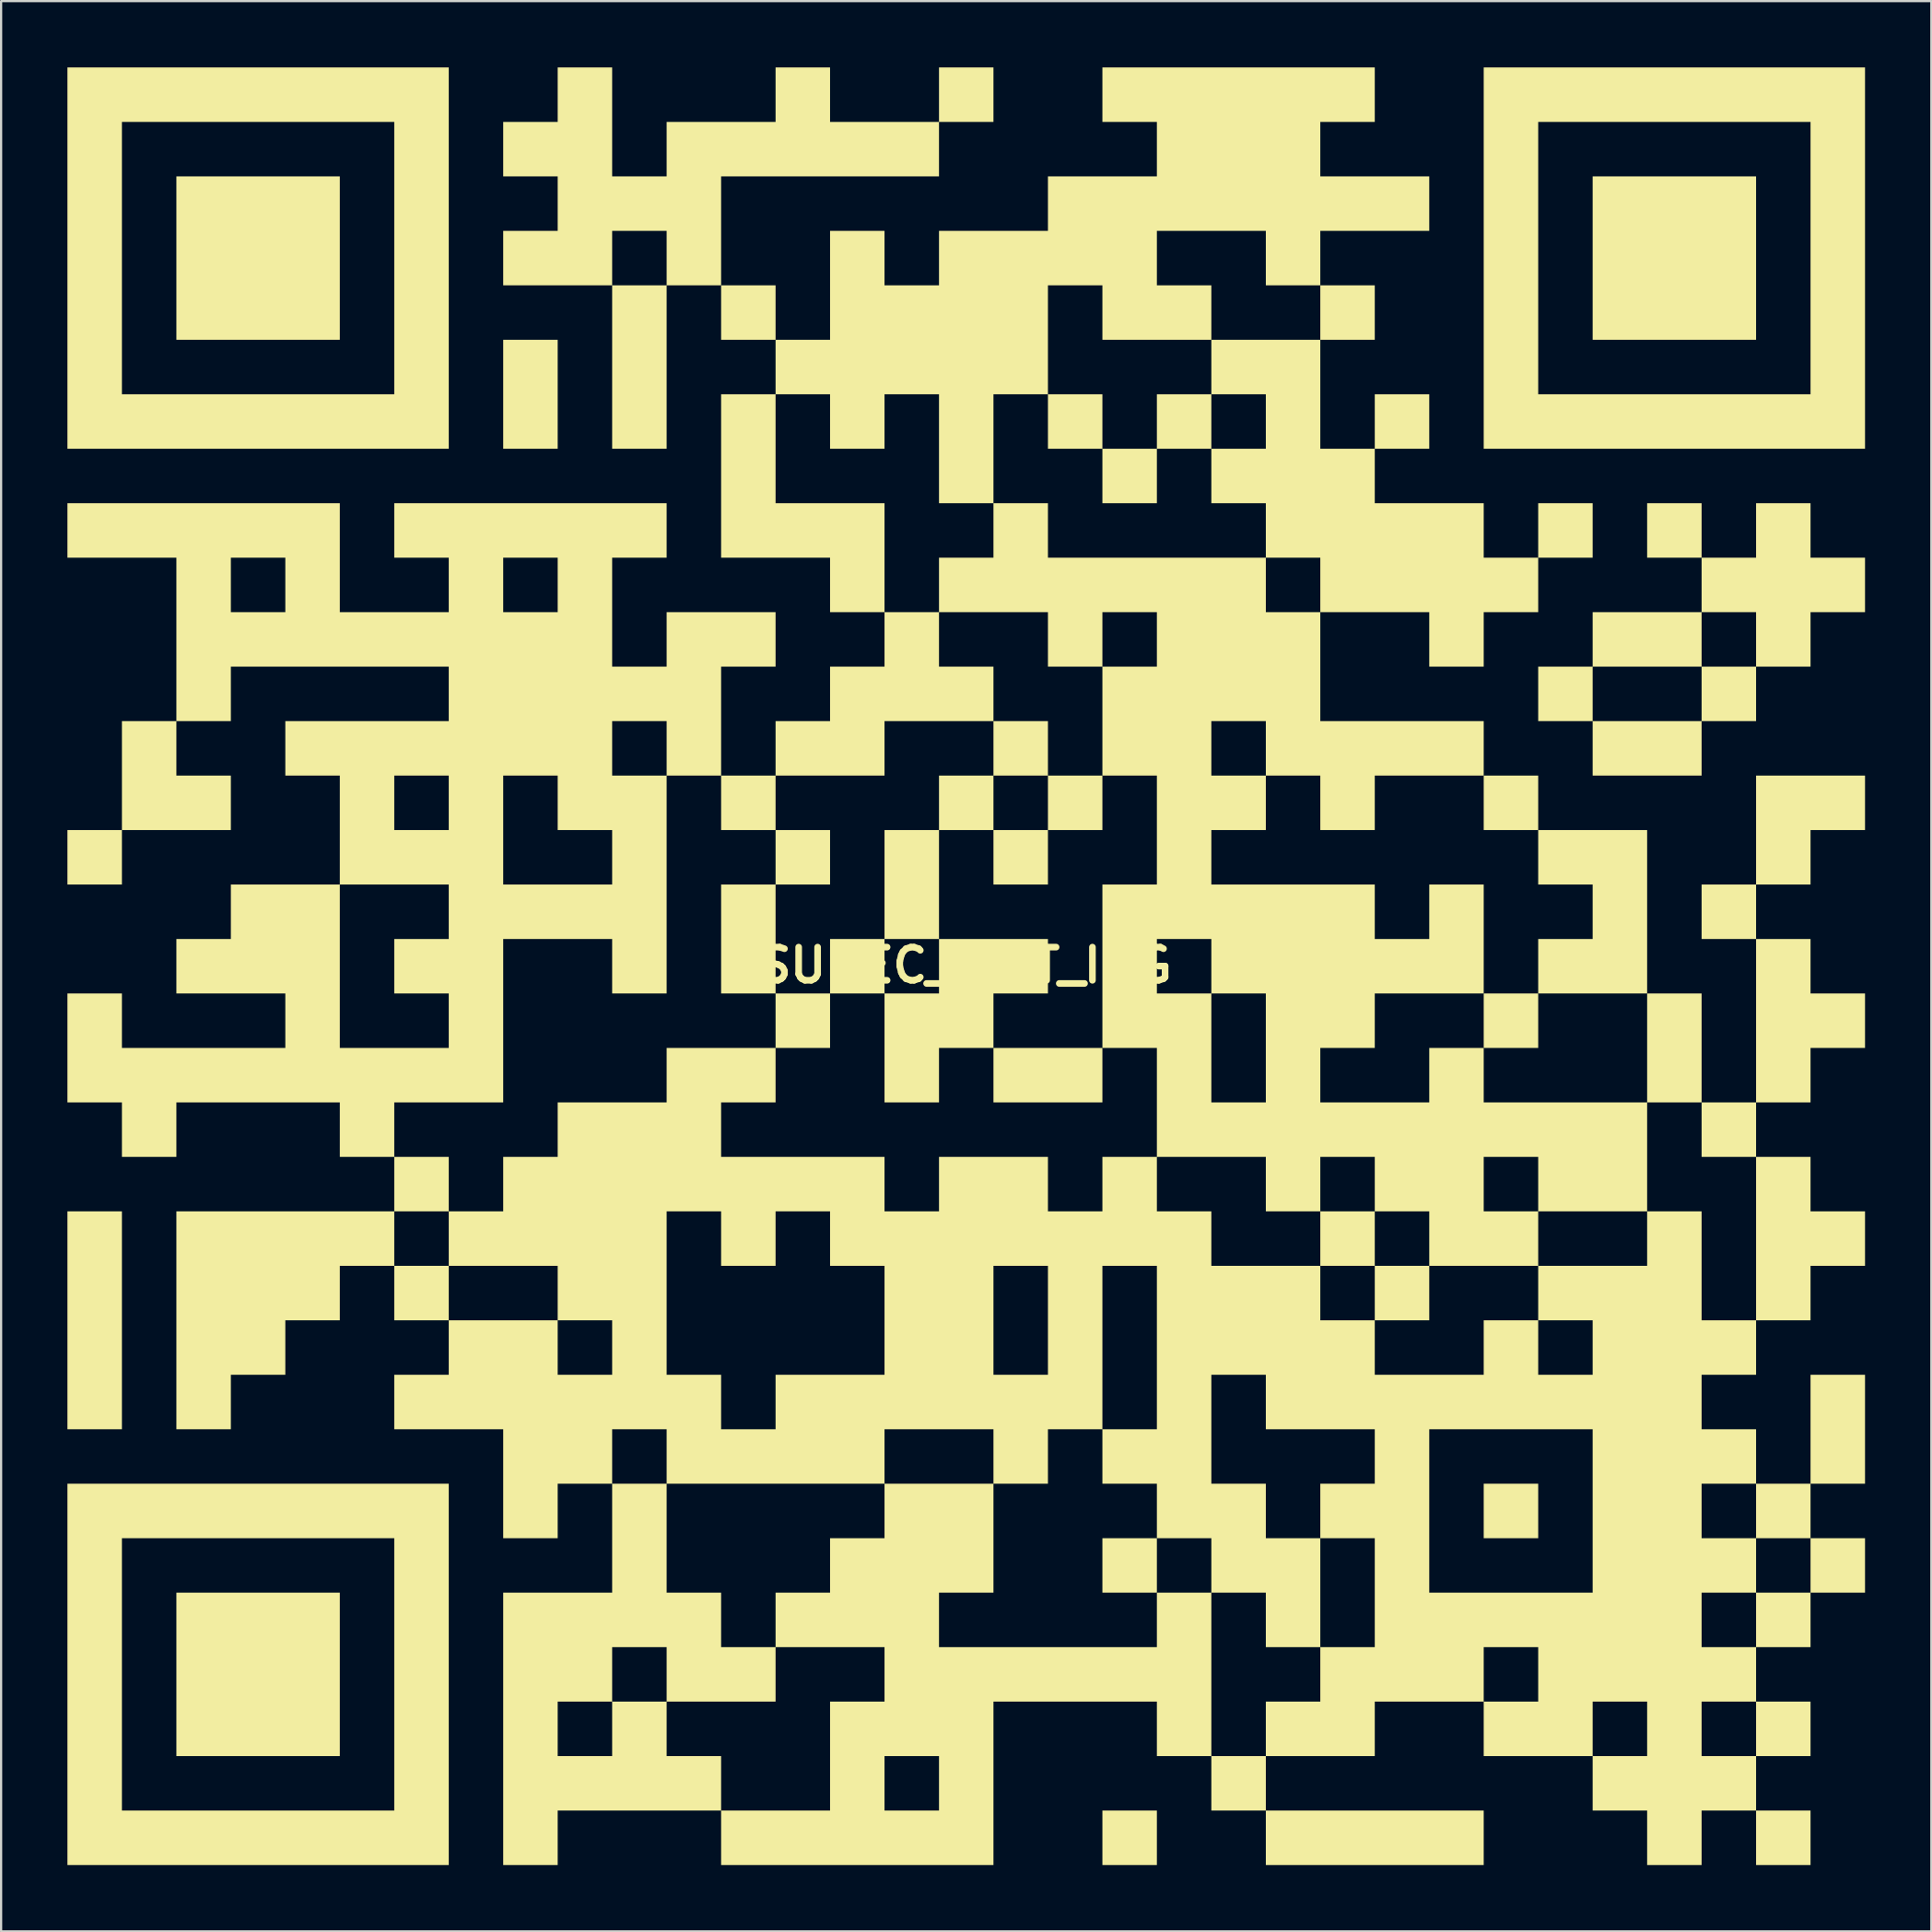
<source format=kicad_pcb>
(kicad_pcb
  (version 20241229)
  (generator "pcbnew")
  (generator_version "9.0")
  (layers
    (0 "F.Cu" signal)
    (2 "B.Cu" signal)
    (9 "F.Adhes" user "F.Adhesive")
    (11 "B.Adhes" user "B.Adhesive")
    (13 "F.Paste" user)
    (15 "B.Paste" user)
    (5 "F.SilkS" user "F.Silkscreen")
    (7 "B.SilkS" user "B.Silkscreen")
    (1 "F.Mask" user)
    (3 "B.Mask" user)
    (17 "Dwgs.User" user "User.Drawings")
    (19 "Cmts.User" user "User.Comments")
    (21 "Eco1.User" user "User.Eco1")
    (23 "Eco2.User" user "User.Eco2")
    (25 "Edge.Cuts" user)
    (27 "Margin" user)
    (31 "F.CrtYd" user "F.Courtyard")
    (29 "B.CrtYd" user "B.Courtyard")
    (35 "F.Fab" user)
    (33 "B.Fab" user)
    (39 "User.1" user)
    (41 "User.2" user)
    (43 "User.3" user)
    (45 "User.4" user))
  (footprint "SUMEC_INST_IMG"
    (layer "F.Cu")
    (at 40.606 40.606)
    (property "Reference" "SUMEC_INST_IMG" (at 0 0 0) (layer "F.SilkS") (effects (font (size 1.5 1.5) (thickness 0.3))))
    (attr board_only exclude_from_pos_files exclude_from_bom)
    (fp_poly (pts (xy -38.142 16.056) (xy -38.142 20.983) (xy -39.374 20.983) (xy -40.606 20.983) (xy -40.606 16.056) (xy -40.606 11.128) (xy -39.374 11.128) (xy -38.142 11.128)) (stroke (width 0) (type solid)) (fill yes) (layer "F.SilkS"))
    (fp_poly (pts (xy -28.288 -31.984) (xy -28.288 -28.288) (xy -31.984 -28.288) (xy -35.679 -28.288) (xy -35.679 -31.984) (xy -35.679 -35.679) (xy -31.984 -35.679) (xy -28.288 -35.679)) (stroke (width 0) (type solid)) (fill yes) (layer "F.SilkS"))
    (fp_poly (pts (xy -28.288 32.069) (xy -28.288 35.764) (xy -31.984 35.764) (xy -35.679 35.764) (xy -35.679 32.069) (xy -35.679 28.373) (xy -31.984 28.373) (xy -28.288 28.373)) (stroke (width 0) (type solid)) (fill yes) (layer "F.SilkS"))
    (fp_poly (pts (xy -18.434 -25.825) (xy -18.434 -23.361) (xy -19.666 -23.361) (xy -20.898 -23.361) (xy -20.898 -25.825) (xy -20.898 -28.288) (xy -19.666 -28.288) (xy -18.434 -28.288)) (stroke (width 0) (type solid)) (fill yes) (layer "F.SilkS"))
    (fp_poly (pts (xy 6.201 4.97) (xy 6.201 6.201) (xy 3.738 6.201) (xy 1.274 6.201) (xy 1.274 4.97) (xy 1.274 3.738) (xy 3.738 3.738) (xy 6.201 3.738)) (stroke (width 0) (type solid)) (fill yes) (layer "F.SilkS"))
    (fp_poly (pts (xy 8.665 27.141) (xy 8.665 28.373) (xy 7.433 28.373) (xy 6.201 28.373) (xy 6.201 27.141) (xy 6.201 25.91) (xy 7.433 25.91) (xy 8.665 25.91)) (stroke (width 0) (type solid)) (fill yes) (layer "F.SilkS"))
    (fp_poly (pts (xy 8.665 39.459) (xy 8.665 40.691) (xy 7.433 40.691) (xy 6.201 40.691) (xy 6.201 39.459) (xy 6.201 38.227) (xy 7.433 38.227) (xy 8.665 38.227)) (stroke (width 0) (type solid)) (fill yes) (layer "F.SilkS"))
    (fp_poly (pts (xy 18.519 12.36) (xy 18.519 13.592) (xy 17.287 13.592) (xy 16.056 13.592) (xy 16.056 12.36) (xy 16.056 11.128) (xy 17.287 11.128) (xy 18.519 11.128)) (stroke (width 0) (type solid)) (fill yes) (layer "F.SilkS"))
    (fp_poly (pts (xy 20.983 14.824) (xy 20.983 16.056) (xy 19.751 16.056) (xy 18.519 16.056) (xy 18.519 14.824) (xy 18.519 13.592) (xy 19.751 13.592) (xy 20.983 13.592)) (stroke (width 0) (type solid)) (fill yes) (layer "F.SilkS"))
    (fp_poly (pts (xy 23.446 39.459) (xy 23.446 40.691) (xy 18.519 40.691) (xy 13.592 40.691) (xy 13.592 39.459) (xy 13.592 38.227) (xy 18.519 38.227) (xy 23.446 38.227)) (stroke (width 0) (type solid)) (fill yes) (layer "F.SilkS"))
    (fp_poly (pts (xy 25.91 -7.348) (xy 25.91 -6.116) (xy 24.678 -6.116) (xy 23.446 -6.116) (xy 23.446 -7.348) (xy 23.446 -8.58) (xy 24.678 -8.58) (xy 25.91 -8.58)) (stroke (width 0) (type solid)) (fill yes) (layer "F.SilkS"))
    (fp_poly (pts (xy 25.91 2.506) (xy 25.91 3.738) (xy 24.678 3.738) (xy 23.446 3.738) (xy 23.446 2.506) (xy 23.446 1.274) (xy 24.678 1.274) (xy 25.91 1.274)) (stroke (width 0) (type solid)) (fill yes) (layer "F.SilkS"))
    (fp_poly (pts (xy 25.91 24.678) (xy 25.91 25.91) (xy 24.678 25.91) (xy 23.446 25.91) (xy 23.446 24.678) (xy 23.446 23.446) (xy 24.678 23.446) (xy 25.91 23.446)) (stroke (width 0) (type solid)) (fill yes) (layer "F.SilkS"))
    (fp_poly (pts (xy 35.764 -31.984) (xy 35.764 -28.288) (xy 32.069 -28.288) (xy 28.373 -28.288) (xy 28.373 -31.984) (xy 28.373 -35.679) (xy 32.069 -35.679) (xy 35.764 -35.679)) (stroke (width 0) (type solid)) (fill yes) (layer "F.SilkS"))
    (fp_poly (pts (xy 38.227 39.459) (xy 38.227 40.691) (xy 36.996 40.691) (xy 35.764 40.691) (xy 35.764 39.459) (xy 35.764 38.227) (xy 36.996 38.227) (xy 38.227 38.227)) (stroke (width 0) (type solid)) (fill yes) (layer "F.SilkS"))
    (fp_poly (pts (xy 30.837 -2.421) (xy 30.837 1.274) (xy 28.373 1.274) (xy 25.91 1.274) (xy 25.91 0.042) (xy 25.91 -1.189) (xy 27.141 -1.189) (xy 28.373 -1.189) (xy 28.373 -2.421) (xy 28.373 -3.653) (xy 27.141 -3.653) (xy 25.91 -3.653) (xy 25.91 -4.885) (xy 25.91 -6.116) (xy 28.373 -6.116) (xy 30.837 -6.116)) (stroke (width 0) (type solid)) (fill yes) (layer "F.SilkS"))
    (fp_poly (pts (xy -23.361 -31.984) (xy -23.361 -23.361) (xy -31.984 -23.361) (xy -40.606 -23.361) (xy -40.606 -31.984) (xy -38.142 -31.984) (xy -38.142 -25.825) (xy -31.984 -25.825) (xy -25.825 -25.825) (xy -25.825 -31.984) (xy -25.825 -38.142) (xy -31.984 -38.142) (xy -38.142 -38.142) (xy -38.142 -31.984) (xy -40.606 -31.984) (xy -40.606 -40.606) (xy -31.984 -40.606) (xy -23.361 -40.606)) (stroke (width 0) (type solid)) (fill yes) (layer "F.SilkS"))
    (fp_poly (pts (xy -23.361 32.069) (xy -23.361 40.691) (xy -31.984 40.691) (xy -40.606 40.691) (xy -40.606 32.069) (xy -38.142 32.069) (xy -38.142 38.227) (xy -31.984 38.227) (xy -25.825 38.227) (xy -25.825 32.069) (xy -25.825 25.91) (xy -31.984 25.91) (xy -38.142 25.91) (xy -38.142 32.069) (xy -40.606 32.069) (xy -40.606 23.446) (xy -31.984 23.446) (xy -23.361 23.446)) (stroke (width 0) (type solid)) (fill yes) (layer "F.SilkS"))
    (fp_poly (pts (xy 40.691 -31.984) (xy 40.691 -23.361) (xy 32.069 -23.361) (xy 23.446 -23.361) (xy 23.446 -31.984) (xy 25.91 -31.984) (xy 25.91 -25.825) (xy 32.069 -25.825) (xy 38.227 -25.825) (xy 38.227 -31.984) (xy 38.227 -38.142) (xy 32.069 -38.142) (xy 25.91 -38.142) (xy 25.91 -31.984) (xy 23.446 -31.984) (xy 23.446 -40.606) (xy 32.069 -40.606) (xy 40.691 -40.606)) (stroke (width 0) (type solid)) (fill yes) (layer "F.SilkS"))
    (fp_poly (pts (xy 40.691 -7.348) (xy 40.691 -6.116) (xy 39.459 -6.116) (xy 38.227 -6.116) (xy 38.227 -4.885) (xy 38.227 -3.653) (xy 36.996 -3.653) (xy 35.764 -3.653) (xy 35.764 -2.421) (xy 35.764 -1.189) (xy 34.532 -1.189) (xy 33.3 -1.189) (xy 33.3 -2.421) (xy 33.3 -3.653) (xy 34.532 -3.653) (xy 35.764 -3.653) (xy 35.764 -6.116) (xy 35.764 -8.58) (xy 38.227 -8.58) (xy 40.691 -8.58)) (stroke (width 0) (type solid)) (fill yes) (layer "F.SilkS"))
    (fp_poly (pts (xy 6.201 -24.593) (xy 6.201 -23.361) (xy 7.433 -23.361) (xy 8.665 -23.361) (xy 8.665 -24.593) (xy 8.665 -25.825) (xy 9.897 -25.825) (xy 11.128 -25.825) (xy 11.128 -24.593) (xy 11.128 -23.361) (xy 9.897 -23.361) (xy 8.665 -23.361) (xy 8.665 -22.129) (xy 8.665 -20.898) (xy 7.433 -20.898) (xy 6.201 -20.898) (xy 6.201 -22.129) (xy 6.201 -23.361) (xy 4.97 -23.361) (xy 3.738 -23.361) (xy 3.738 -24.593) (xy 3.738 -25.825) (xy 4.97 -25.825) (xy 6.201 -25.825)) (stroke (width 0) (type solid)) (fill yes) (layer "F.SilkS"))
    (fp_poly (pts (xy 33.3 -19.666) (xy 33.3 -18.434) (xy 34.532 -18.434) (xy 35.764 -18.434) (xy 35.764 -19.666) (xy 35.764 -20.898) (xy 36.996 -20.898) (xy 38.227 -20.898) (xy 38.227 -19.666) (xy 38.227 -18.434) (xy 39.459 -18.434) (xy 40.691 -18.434) (xy 40.691 -17.202) (xy 40.691 -15.971) (xy 39.459 -15.971) (xy 38.227 -15.971) (xy 38.227 -14.739) (xy 38.227 -13.507) (xy 36.996 -13.507) (xy 35.764 -13.507) (xy 35.764 -12.275) (xy 35.764 -11.043) (xy 34.532 -11.043) (xy 33.3 -11.043) (xy 33.3 -9.812) (xy 33.3 -8.58) (xy 30.837 -8.58) (xy 28.373 -8.58) (xy 28.373 -9.812) (xy 28.373 -11.043) (xy 27.141 -11.043) (xy 25.91 -11.043) (xy 25.91 -12.275) (xy 25.91 -13.507) (xy 27.141 -13.507) (xy 28.373 -13.507) (xy 28.373 -12.275) (xy 28.373 -11.043) (xy 30.837 -11.043) (xy 33.3 -11.043) (xy 33.3 -12.275) (xy 33.3 -13.507) (xy 34.532 -13.507) (xy 35.764 -13.507) (xy 35.764 -14.739) (xy 35.764 -15.971) (xy 34.532 -15.971) (xy 33.3 -15.971) (xy 33.3 -14.739) (xy 33.3 -13.507) (xy 30.837 -13.507) (xy 28.373 -13.507) (xy 28.373 -14.739) (xy 28.373 -15.971) (xy 30.837 -15.971) (xy 33.3 -15.971) (xy 33.3 -17.202) (xy 33.3 -18.434) (xy 32.069 -18.434) (xy 30.837 -18.434) (xy 30.837 -19.666) (xy 30.837 -20.898) (xy 32.069 -20.898) (xy 33.3 -20.898)) (stroke (width 0) (type solid)) (fill yes) (layer "F.SilkS"))
    (fp_poly (pts (xy -15.971 -38.142) (xy -15.971 -35.679) (xy -14.739 -35.679) (xy -13.507 -35.679) (xy -13.507 -36.911) (xy -13.507 -38.142) (xy -11.043 -38.142) (xy -8.58 -38.142) (xy -8.58 -39.374) (xy -8.58 -40.606) (xy -7.348 -40.606) (xy -6.116 -40.606) (xy -6.116 -39.374) (xy -6.116 -38.142) (xy -3.653 -38.142) (xy -1.189 -38.142) (xy -1.189 -39.374) (xy -1.189 -40.606) (xy 0.042 -40.606) (xy 1.274 -40.606) (xy 1.274 -39.374) (xy 1.274 -38.142) (xy 0.042 -38.142) (xy -1.189 -38.142) (xy -1.189 -36.911) (xy -1.189 -35.679) (xy -6.116 -35.679) (xy -11.043 -35.679) (xy -11.043 -33.215) (xy -11.043 -30.752) (xy -12.275 -30.752) (xy -13.507 -30.752) (xy -13.507 -27.057) (xy -13.507 -23.361) (xy -14.739 -23.361) (xy -15.971 -23.361) (xy -15.971 -27.057) (xy -15.971 -30.752) (xy -18.434 -30.752) (xy -20.898 -30.752) (xy -20.898 -31.984) (xy -15.971 -31.984) (xy -15.971 -30.752) (xy -14.739 -30.752) (xy -13.507 -30.752) (xy -13.507 -31.984) (xy -13.507 -33.215) (xy -14.739 -33.215) (xy -15.971 -33.215) (xy -15.971 -31.984) (xy -20.898 -31.984) (xy -20.898 -33.215) (xy -19.666 -33.215) (xy -18.434 -33.215) (xy -18.434 -34.447) (xy -18.434 -35.679) (xy -19.666 -35.679) (xy -20.898 -35.679) (xy -20.898 -36.911) (xy -20.898 -38.142) (xy -19.666 -38.142) (xy -18.434 -38.142) (xy -18.434 -39.374) (xy -18.434 -40.606) (xy -17.202 -40.606) (xy -15.971 -40.606)) (stroke (width 0) (type solid)) (fill yes) (layer "F.SilkS"))
    (fp_poly (pts (xy 3.738 -9.812) (xy 3.738 -8.58) (xy 2.506 -8.58) (xy 1.274 -8.58) (xy 1.274 -7.348) (xy 1.274 -6.116) (xy 2.506 -6.116) (xy 3.738 -6.116) (xy 3.738 -7.348) (xy 3.738 -8.58) (xy 4.97 -8.58) (xy 6.201 -8.58) (xy 6.201 -7.348) (xy 6.201 -6.116) (xy 4.97 -6.116) (xy 3.738 -6.116) (xy 3.738 -4.885) (xy 3.738 -3.653) (xy 2.506 -3.653) (xy 1.274 -3.653) (xy 1.274 -4.885) (xy 1.274 -6.116) (xy 0.042 -6.116) (xy -1.189 -6.116) (xy -1.189 -3.653) (xy -1.189 -1.189) (xy -2.421 -1.189) (xy -3.653 -1.189) (xy -3.653 0.042) (xy -3.653 1.274) (xy -2.421 1.274) (xy -1.189 1.274) (xy -1.189 0.042) (xy -1.189 -1.189) (xy 1.274 -1.189) (xy 3.738 -1.189) (xy 3.738 0.042) (xy 3.738 1.274) (xy 2.506 1.274) (xy 1.274 1.274) (xy 1.274 2.506) (xy 1.274 3.738) (xy 0.042 3.738) (xy -1.189 3.738) (xy -1.189 4.97) (xy -1.189 6.201) (xy -2.421 6.201) (xy -3.653 6.201) (xy -3.653 3.738) (xy -3.653 1.274) (xy -4.885 1.274) (xy -6.116 1.274) (xy -6.116 2.506) (xy -6.116 3.738) (xy -7.348 3.738) (xy -8.58 3.738) (xy -8.58 2.506) (xy -8.58 1.274) (xy -9.812 1.274) (xy -11.043 1.274) (xy -11.043 -1.189) (xy -11.043 -3.653) (xy -9.812 -3.653) (xy -8.58 -3.653) (xy -8.58 -4.885) (xy -8.58 -6.116) (xy -7.348 -6.116) (xy -6.116 -6.116) (xy -6.116 -4.885) (xy -6.116 -3.653) (xy -7.348 -3.653) (xy -8.58 -3.653) (xy -8.58 -1.189) (xy -8.58 1.274) (xy -7.348 1.274) (xy -6.116 1.274) (xy -6.116 0.042) (xy -6.116 -1.189) (xy -4.885 -1.189) (xy -3.653 -1.189) (xy -3.653 -3.653) (xy -3.653 -6.116) (xy -2.421 -6.116) (xy -1.189 -6.116) (xy -1.189 -7.348) (xy -1.189 -8.58) (xy 0.042 -8.58) (xy 1.274 -8.58) (xy 1.274 -9.812) (xy 1.274 -11.043) (xy 2.506 -11.043) (xy 3.738 -11.043)) (stroke (width 0) (type solid)) (fill yes) (layer "F.SilkS"))
    (fp_poly (pts (xy 18.519 -39.374) (xy 18.519 -38.142) (xy 17.287 -38.142) (xy 16.056 -38.142) (xy 16.056 -36.911) (xy 16.056 -35.679) (xy 18.519 -35.679) (xy 20.983 -35.679) (xy 20.983 -34.447) (xy 20.983 -33.215) (xy 18.519 -33.215) (xy 16.056 -33.215) (xy 16.056 -31.984) (xy 16.056 -30.752) (xy 14.824 -30.752) (xy 13.592 -30.752) (xy 13.592 -31.984) (xy 13.592 -33.215) (xy 11.128 -33.215) (xy 8.665 -33.215) (xy 8.665 -31.984) (xy 8.665 -30.752) (xy 9.897 -30.752) (xy 11.128 -30.752) (xy 11.128 -29.52) (xy 11.128 -28.288) (xy 8.665 -28.288) (xy 6.201 -28.288) (xy 6.201 -29.52) (xy 6.201 -30.752) (xy 4.97 -30.752) (xy 3.738 -30.752) (xy 3.738 -28.288) (xy 3.738 -25.825) (xy 2.506 -25.825) (xy 1.274 -25.825) (xy 1.274 -23.361) (xy 1.274 -20.898) (xy 0.042 -20.898) (xy -1.189 -20.898) (xy -1.189 -23.361) (xy -1.189 -25.825) (xy -2.421 -25.825) (xy -3.653 -25.825) (xy -3.653 -24.593) (xy -3.653 -23.361) (xy -4.885 -23.361) (xy -6.116 -23.361) (xy -6.116 -24.593) (xy -6.116 -25.825) (xy -7.348 -25.825) (xy -8.58 -25.825) (xy -8.58 -23.361) (xy -8.58 -20.898) (xy -6.116 -20.898) (xy -3.653 -20.898) (xy -3.653 -18.434) (xy -3.653 -15.971) (xy -2.421 -15.971) (xy -1.189 -15.971) (xy -1.189 -17.202) (xy 13.592 -17.202) (xy 13.592 -15.971) (xy 14.824 -15.971) (xy 16.056 -15.971) (xy 16.056 -17.202) (xy 16.056 -18.434) (xy 14.824 -18.434) (xy 13.592 -18.434) (xy 13.592 -17.202) (xy -1.189 -17.202) (xy -1.189 -18.434) (xy 0.042 -18.434) (xy 1.274 -18.434) (xy 1.274 -19.666) (xy 1.274 -20.898) (xy 2.506 -20.898) (xy 3.738 -20.898) (xy 3.738 -19.666) (xy 3.738 -18.434) (xy 8.665 -18.434) (xy 13.592 -18.434) (xy 13.592 -19.666) (xy 13.592 -20.898) (xy 12.36 -20.898) (xy 11.128 -20.898) (xy 11.128 -22.129) (xy 11.128 -23.361) (xy 12.36 -23.361) (xy 13.592 -23.361) (xy 13.592 -24.593) (xy 13.592 -25.825) (xy 12.36 -25.825) (xy 11.128 -25.825) (xy 11.128 -27.057) (xy 11.128 -28.288) (xy 13.592 -28.288) (xy 16.056 -28.288) (xy 16.056 -29.52) (xy 16.056 -30.752) (xy 17.287 -30.752) (xy 18.519 -30.752) (xy 18.519 -29.52) (xy 18.519 -28.288) (xy 17.287 -28.288) (xy 16.056 -28.288) (xy 16.056 -25.825) (xy 16.056 -23.361) (xy 17.287 -23.361) (xy 18.519 -23.361) (xy 18.519 -24.593) (xy 18.519 -25.825) (xy 19.751 -25.825) (xy 20.983 -25.825) (xy 20.983 -24.593) (xy 20.983 -23.361) (xy 19.751 -23.361) (xy 18.519 -23.361) (xy 18.519 -22.129) (xy 18.519 -20.898) (xy 20.983 -20.898) (xy 23.446 -20.898) (xy 23.446 -19.666) (xy 23.446 -18.434) (xy 24.678 -18.434) (xy 25.91 -18.434) (xy 25.91 -19.666) (xy 25.91 -20.898) (xy 27.141 -20.898) (xy 28.373 -20.898) (xy 28.373 -19.666) (xy 28.373 -18.434) (xy 27.141 -18.434) (xy 25.91 -18.434) (xy 25.91 -17.202) (xy 25.91 -15.971) (xy 24.678 -15.971) (xy 23.446 -15.971) (xy 23.446 -14.739) (xy 23.446 -13.507) (xy 22.214 -13.507) (xy 20.983 -13.507) (xy 20.983 -14.739) (xy 20.983 -15.971) (xy 18.519 -15.971) (xy 16.056 -15.971) (xy 16.056 -13.507) (xy 16.056 -11.043) (xy 19.751 -11.043) (xy 23.446 -11.043) (xy 23.446 -9.812) (xy 23.446 -8.58) (xy 20.983 -8.58) (xy 18.519 -8.58) (xy 18.519 -7.348) (xy 18.519 -6.116) (xy 17.287 -6.116) (xy 16.056 -6.116) (xy 16.056 -7.348) (xy 16.056 -8.58) (xy 14.824 -8.58) (xy 13.592 -8.58) (xy 13.592 -7.348) (xy 13.592 -6.116) (xy 12.36 -6.116) (xy 11.128 -6.116) (xy 11.128 -4.885) (xy 11.128 -3.653) (xy 14.824 -3.653) (xy 18.519 -3.653) (xy 18.519 -2.421) (xy 18.519 -1.189) (xy 19.751 -1.189) (xy 20.983 -1.189) (xy 20.983 -2.421) (xy 20.983 -3.653) (xy 22.214 -3.653) (xy 23.446 -3.653) (xy 23.446 -1.189) (xy 23.446 1.274) (xy 20.983 1.274) (xy 18.519 1.274) (xy 18.519 2.506) (xy 18.519 3.738) (xy 17.287 3.738) (xy 16.056 3.738) (xy 16.056 4.97) (xy 16.056 6.201) (xy 18.519 6.201) (xy 20.983 6.201) (xy 20.983 4.97) (xy 20.983 3.738) (xy 22.214 3.738) (xy 23.446 3.738) (xy 23.446 4.97) (xy 23.446 6.201) (xy 27.141 6.201) (xy 30.837 6.201) (xy 30.837 3.738) (xy 30.837 1.274) (xy 32.069 1.274) (xy 33.3 1.274) (xy 33.3 3.738) (xy 33.3 6.201) (xy 34.532 6.201) (xy 35.764 6.201) (xy 35.764 2.506) (xy 35.764 -1.189) (xy 36.996 -1.189) (xy 38.227 -1.189) (xy 38.227 0.042) (xy 38.227 1.274) (xy 39.459 1.274) (xy 40.691 1.274) (xy 40.691 2.506) (xy 40.691 3.738) (xy 39.459 3.738) (xy 38.227 3.738) (xy 38.227 4.97) (xy 38.227 6.201) (xy 36.996 6.201) (xy 35.764 6.201) (xy 35.764 7.433) (xy 35.764 8.665) (xy 34.532 8.665) (xy 33.3 8.665) (xy 33.3 7.433) (xy 33.3 6.201) (xy 32.069 6.201) (xy 30.837 6.201) (xy 30.837 8.665) (xy 30.837 11.128) (xy 28.373 11.128) (xy 25.91 11.128) (xy 25.91 9.897) (xy 25.91 8.665) (xy 24.678 8.665) (xy 23.446 8.665) (xy 23.446 9.897) (xy 23.446 11.128) (xy 24.678 11.128) (xy 25.91 11.128) (xy 25.91 12.36) (xy 25.91 13.592) (xy 23.446 13.592) (xy 20.983 13.592) (xy 20.983 12.36) (xy 20.983 11.128) (xy 19.751 11.128) (xy 18.519 11.128) (xy 18.519 9.897) (xy 18.519 8.665) (xy 17.287 8.665) (xy 16.056 8.665) (xy 16.056 9.897) (xy 16.056 11.128) (xy 14.824 11.128) (xy 13.592 11.128) (xy 13.592 9.897) (xy 13.592 8.665) (xy 11.128 8.665) (xy 8.665 8.665) (xy 8.665 9.897) (xy 8.665 11.128) (xy 9.897 11.128) (xy 11.128 11.128) (xy 11.128 12.36) (xy 11.128 13.592) (xy 13.592 13.592) (xy 16.056 13.592) (xy 16.056 14.824) (xy 16.056 16.056) (xy 17.287 16.056) (xy 18.519 16.056) (xy 18.519 17.287) (xy 18.519 18.519) (xy 20.983 18.519) (xy 23.446 18.519) (xy 23.446 17.287) (xy 25.91 17.287) (xy 25.91 18.519) (xy 27.141 18.519) (xy 28.373 18.519) (xy 28.373 17.287) (xy 28.373 16.056) (xy 27.141 16.056) (xy 25.91 16.056) (xy 25.91 17.287) (xy 23.446 17.287) (xy 23.446 16.056) (xy 24.678 16.056) (xy 25.91 16.056) (xy 25.91 14.824) (xy 25.91 13.592) (xy 28.373 13.592) (xy 30.837 13.592) (xy 30.837 12.36) (xy 30.837 11.128) (xy 32.069 11.128) (xy 33.3 11.128) (xy 33.3 13.592) (xy 33.3 16.056) (xy 34.532 16.056) (xy 35.764 16.056) (xy 35.764 12.36) (xy 35.764 8.665) (xy 36.996 8.665) (xy 38.227 8.665) (xy 38.227 9.897) (xy 38.227 11.128) (xy 39.459 11.128) (xy 40.691 11.128) (xy 40.691 12.36) (xy 40.691 13.592) (xy 39.459 13.592) (xy 38.227 13.592) (xy 38.227 14.824) (xy 38.227 16.056) (xy 36.996 16.056) (xy 35.764 16.056) (xy 35.764 17.287) (xy 35.764 18.519) (xy 34.532 18.519) (xy 33.3 18.519) (xy 33.3 19.751) (xy 33.3 20.983) (xy 34.532 20.983) (xy 35.764 20.983) (xy 35.764 22.214) (xy 35.764 23.446) (xy 36.996 23.446) (xy 38.227 23.446) (xy 38.227 20.983) (xy 38.227 18.519) (xy 39.459 18.519) (xy 40.691 18.519) (xy 40.691 20.983) (xy 40.691 23.446) (xy 39.459 23.446) (xy 38.227 23.446) (xy 38.227 24.678) (xy 38.227 25.91) (xy 36.996 25.91) (xy 35.764 25.91) (xy 35.764 27.141) (xy 35.764 28.373) (xy 34.532 28.373) (xy 33.3 28.373) (xy 33.3 29.605) (xy 33.3 30.837) (xy 34.532 30.837) (xy 35.764 30.837) (xy 35.764 29.605) (xy 35.764 28.373) (xy 36.996 28.373) (xy 38.227 28.373) (xy 38.227 27.141) (xy 38.227 25.91) (xy 39.459 25.91) (xy 40.691 25.91) (xy 40.691 27.141) (xy 40.691 28.373) (xy 39.459 28.373) (xy 38.227 28.373) (xy 38.227 29.605) (xy 38.227 30.837) (xy 36.996 30.837) (xy 35.764 30.837) (xy 35.764 32.069) (xy 35.764 33.3) (xy 34.532 33.3) (xy 33.3 33.3) (xy 33.3 34.532) (xy 33.3 35.764) (xy 34.532 35.764) (xy 35.764 35.764) (xy 35.764 34.532) (xy 35.764 33.3) (xy 36.996 33.3) (xy 38.227 33.3) (xy 38.227 34.532) (xy 38.227 35.764) (xy 36.996 35.764) (xy 35.764 35.764) (xy 35.764 36.996) (xy 35.764 38.227) (xy 34.532 38.227) (xy 33.3 38.227) (xy 33.3 39.459) (xy 33.3 40.691) (xy 32.069 40.691) (xy 30.837 40.691) (xy 30.837 39.459) (xy 30.837 38.227) (xy 29.605 38.227) (xy 28.373 38.227) (xy 28.373 36.996) (xy 28.373 35.764) (xy 25.91 35.764) (xy 23.446 35.764) (xy 23.446 34.532) (xy 28.373 34.532) (xy 28.373 35.764) (xy 29.605 35.764) (xy 30.837 35.764) (xy 30.837 34.532) (xy 30.837 33.3) (xy 29.605 33.3) (xy 28.373 33.3) (xy 28.373 34.532) (xy 23.446 34.532) (xy 23.446 33.3) (xy 20.983 33.3) (xy 18.519 33.3) (xy 18.519 34.532) (xy 18.519 35.764) (xy 16.056 35.764) (xy 13.592 35.764) (xy 13.592 36.996) (xy 13.592 38.227) (xy 12.36 38.227) (xy 11.128 38.227) (xy 11.128 36.996) (xy 11.128 35.764) (xy 9.897 35.764) (xy 8.665 35.764) (xy 8.665 34.532) (xy 8.665 33.3) (xy 4.97 33.3) (xy 1.274 33.3) (xy 1.274 36.996) (xy 1.274 40.691) (xy -4.885 40.691) (xy -11.043 40.691) (xy -11.043 39.459) (xy -11.043 38.227) (xy -14.739 38.227) (xy -18.434 38.227) (xy -18.434 39.459) (xy -18.434 40.691) (xy -19.666 40.691) (xy -20.898 40.691) (xy -20.898 34.532) (xy -20.898 33.3) (xy -18.434 33.3) (xy -18.434 34.532) (xy -18.434 35.764) (xy -17.202 35.764) (xy -15.971 35.764) (xy -15.971 34.532) (xy -15.971 33.3) (xy -14.739 33.3) (xy -13.507 33.3) (xy -13.507 34.532) (xy -13.507 35.764) (xy -12.275 35.764) (xy -11.043 35.764) (xy -11.043 36.996) (xy -11.043 38.227) (xy -8.58 38.227) (xy -6.116 38.227) (xy -6.116 36.996) (xy -3.653 36.996) (xy -3.653 38.227) (xy -2.421 38.227) (xy -1.189 38.227) (xy -1.189 36.996) (xy -1.189 35.764) (xy -2.421 35.764) (xy -3.653 35.764) (xy -3.653 36.996) (xy -6.116 36.996) (xy -6.116 35.764) (xy -6.116 33.3) (xy -4.885 33.3) (xy -3.653 33.3) (xy -3.653 32.069) (xy -3.653 30.837) (xy -6.116 30.837) (xy -8.58 30.837) (xy -8.58 32.069) (xy -8.58 33.3) (xy -11.043 33.3) (xy -13.507 33.3) (xy -13.507 32.069) (xy -13.507 30.837) (xy -14.739 30.837) (xy -15.971 30.837) (xy -15.971 32.069) (xy -15.971 33.3) (xy -17.202 33.3) (xy -18.434 33.3) (xy -20.898 33.3) (xy -20.898 28.373) (xy -18.434 28.373) (xy -15.971 28.373) (xy -15.971 25.91) (xy -15.971 23.446) (xy -14.739 23.446) (xy -13.507 23.446) (xy -13.507 25.91) (xy -13.507 28.373) (xy -12.275 28.373) (xy -11.043 28.373) (xy -11.043 29.605) (xy -11.043 30.837) (xy -9.812 30.837) (xy -8.58 30.837) (xy -8.58 29.605) (xy -8.58 28.373) (xy -7.348 28.373) (xy -6.116 28.373) (xy -6.116 27.141) (xy -6.116 25.91) (xy -4.885 25.91) (xy -3.653 25.91) (xy -3.653 24.678) (xy -3.653 23.446) (xy -1.189 23.446) (xy 1.274 23.446) (xy 1.274 25.91) (xy 1.274 28.373) (xy 0.042 28.373) (xy -1.189 28.373) (xy -1.189 29.605) (xy -1.189 30.837) (xy 3.738 30.837) (xy 8.665 30.837) (xy 8.665 29.605) (xy 8.665 28.373) (xy 9.897 28.373) (xy 11.128 28.373) (xy 11.128 32.069) (xy 11.128 35.764) (xy 12.36 35.764) (xy 13.592 35.764) (xy 13.592 34.532) (xy 13.592 33.3) (xy 14.824 33.3) (xy 16.056 33.3) (xy 16.056 32.069) (xy 23.446 32.069) (xy 23.446 33.3) (xy 24.678 33.3) (xy 25.91 33.3) (xy 25.91 32.069) (xy 25.91 30.837) (xy 24.678 30.837) (xy 23.446 30.837) (xy 23.446 32.069) (xy 16.056 32.069) (xy 16.056 30.837) (xy 17.287 30.837) (xy 18.519 30.837) (xy 18.519 28.373) (xy 18.519 25.91) (xy 17.287 25.91) (xy 16.056 25.91) (xy 16.056 28.373) (xy 16.056 30.837) (xy 14.824 30.837) (xy 13.592 30.837) (xy 13.592 29.605) (xy 13.592 28.373) (xy 12.36 28.373) (xy 11.128 28.373) (xy 11.128 27.141) (xy 11.128 25.91) (xy 9.897 25.91) (xy 8.665 25.91) (xy 8.665 24.678) (xy 8.665 23.446) (xy 7.433 23.446) (xy 6.201 23.446) (xy 6.201 22.214) (xy 6.201 20.983) (xy 7.433 20.983) (xy 8.665 20.983) (xy 11.128 20.983) (xy 11.128 23.446) (xy 12.36 23.446) (xy 13.592 23.446) (xy 13.592 24.678) (xy 13.592 25.91) (xy 14.824 25.91) (xy 16.056 25.91) (xy 16.056 24.678) (xy 20.983 24.678) (xy 20.983 28.373) (xy 24.678 28.373) (xy 28.373 28.373) (xy 28.373 24.678) (xy 33.3 24.678) (xy 33.3 25.91) (xy 34.532 25.91) (xy 35.764 25.91) (xy 35.764 24.678) (xy 35.764 23.446) (xy 34.532 23.446) (xy 33.3 23.446) (xy 33.3 24.678) (xy 28.373 24.678) (xy 28.373 20.983) (xy 24.678 20.983) (xy 20.983 20.983) (xy 20.983 24.678) (xy 16.056 24.678) (xy 16.056 23.446) (xy 17.287 23.446) (xy 18.519 23.446) (xy 18.519 22.214) (xy 18.519 20.983) (xy 16.056 20.983) (xy 13.592 20.983) (xy 13.592 19.751) (xy 13.592 18.519) (xy 12.36 18.519) (xy 11.128 18.519) (xy 11.128 20.983) (xy 8.665 20.983) (xy 8.665 17.287) (xy 8.665 13.592) (xy 7.433 13.592) (xy 6.201 13.592) (xy 6.201 17.287) (xy 6.201 20.983) (xy 4.97 20.983) (xy 3.738 20.983) (xy 3.738 22.214) (xy 3.738 23.446) (xy 2.506 23.446) (xy 1.274 23.446) (xy 1.274 22.214) (xy 1.274 20.983) (xy -1.189 20.983) (xy -3.653 20.983) (xy -3.653 22.214) (xy -3.653 23.446) (xy -8.58 23.446) (xy -13.507 23.446) (xy -13.507 22.214) (xy -13.507 20.983) (xy -14.739 20.983) (xy -15.971 20.983) (xy -15.971 22.214) (xy -15.971 23.446) (xy -17.202 23.446) (xy -18.434 23.446) (xy -18.434 24.678) (xy -18.434 25.91) (xy -19.666 25.91) (xy -20.898 25.91) (xy -20.898 23.446) (xy -20.898 20.983) (xy -23.361 20.983) (xy -25.825 20.983) (xy -25.825 19.751) (xy -25.825 18.519) (xy -24.593 18.519) (xy -23.361 18.519) (xy -23.361 17.287) (xy -18.434 17.287) (xy -18.434 18.519) (xy -17.202 18.519) (xy -15.971 18.519) (xy -15.971 17.287) (xy -15.971 16.056) (xy -17.202 16.056) (xy -18.434 16.056) (xy -18.434 17.287) (xy -23.361 17.287) (xy -23.361 16.056) (xy -24.593 16.056) (xy -25.825 16.056) (xy -25.825 14.824) (xy -23.361 14.824) (xy -23.361 16.056) (xy -20.898 16.056) (xy -18.434 16.056) (xy -18.434 14.824) (xy -13.507 14.824) (xy -13.507 18.519) (xy -12.275 18.519) (xy -11.043 18.519) (xy -11.043 19.751) (xy -11.043 20.983) (xy -9.812 20.983) (xy -8.58 20.983) (xy -8.58 19.751) (xy -8.58 18.519) (xy -6.116 18.519) (xy -3.653 18.519) (xy -3.653 16.056) (xy 1.274 16.056) (xy 1.274 18.519) (xy 2.506 18.519) (xy 3.738 18.519) (xy 3.738 16.056) (xy 3.738 13.592) (xy 2.506 13.592) (xy 1.274 13.592) (xy 1.274 16.056) (xy -3.653 16.056) (xy -3.653 13.592) (xy -4.885 13.592) (xy -6.116 13.592) (xy -6.116 12.36) (xy -6.116 11.128) (xy -7.348 11.128) (xy -8.58 11.128) (xy -8.58 12.36) (xy -8.58 13.592) (xy -9.812 13.592) (xy -11.043 13.592) (xy -11.043 12.36) (xy -11.043 11.128) (xy -12.275 11.128) (xy -13.507 11.128) (xy -13.507 14.824) (xy -18.434 14.824) (xy -18.434 13.592) (xy -20.898 13.592) (xy -23.361 13.592) (xy -23.361 14.824) (xy -25.825 14.824) (xy -25.825 13.592) (xy -27.057 13.592) (xy -28.288 13.592) (xy -28.288 14.824) (xy -28.288 16.056) (xy -29.52 16.056) (xy -30.752 16.056) (xy -30.752 17.287) (xy -30.752 18.519) (xy -31.984 18.519) (xy -33.215 18.519) (xy -33.215 19.751) (xy -33.215 20.983) (xy -34.447 20.983) (xy -35.679 20.983) (xy -35.679 16.056) (xy -35.679 11.128) (xy -30.752 11.128) (xy -25.825 11.128) (xy -25.825 9.897) (xy -25.825 8.665) (xy -24.593 8.665) (xy -23.361 8.665) (xy -23.361 9.897) (xy -23.361 11.128) (xy -24.593 11.128) (xy -25.825 11.128) (xy -25.825 12.36) (xy -25.825 13.592) (xy -24.593 13.592) (xy -23.361 13.592) (xy -23.361 12.36) (xy -23.361 11.128) (xy -22.129 11.128) (xy -20.898 11.128) (xy -20.898 9.897) (xy -20.898 8.665) (xy -19.666 8.665) (xy -18.434 8.665) (xy -18.434 7.433) (xy -18.434 6.201) (xy -15.971 6.201) (xy -13.507 6.201) (xy -13.507 4.97) (xy -13.507 3.738) (xy -11.043 3.738) (xy -8.58 3.738) (xy -8.58 4.97) (xy -8.58 6.201) (xy -9.812 6.201) (xy -11.043 6.201) (xy -11.043 7.433) (xy -11.043 8.665) (xy -7.348 8.665) (xy -3.653 8.665) (xy -3.653 9.897) (xy -3.653 11.128) (xy -2.421 11.128) (xy -1.189 11.128) (xy -1.189 9.897) (xy -1.189 8.665) (xy 1.274 8.665) (xy 3.738 8.665) (xy 3.738 9.897) (xy 3.738 11.128) (xy 4.97 11.128) (xy 6.201 11.128) (xy 6.201 9.897) (xy 6.201 8.665) (xy 7.433 8.665) (xy 8.665 8.665) (xy 8.665 6.201) (xy 8.665 3.738) (xy 11.128 3.738) (xy 11.128 6.201) (xy 12.36 6.201) (xy 13.592 6.201) (xy 13.592 3.738) (xy 13.592 1.274) (xy 12.36 1.274) (xy 11.128 1.274) (xy 11.128 3.738) (xy 8.665 3.738) (xy 7.433 3.738) (xy 6.201 3.738) (xy 6.201 0.042) (xy 8.665 0.042) (xy 8.665 1.274) (xy 9.897 1.274) (xy 11.128 1.274) (xy 11.128 0.042) (xy 11.128 -1.189) (xy 9.897 -1.189) (xy 8.665 -1.189) (xy 8.665 0.042) (xy 6.201 0.042) (xy 6.201 -3.653) (xy 7.433 -3.653) (xy 8.665 -3.653) (xy 8.665 -6.116) (xy 8.665 -8.58) (xy 7.433 -8.58) (xy 6.201 -8.58) (xy 6.201 -9.812) (xy 11.128 -9.812) (xy 11.128 -8.58) (xy 12.36 -8.58) (xy 13.592 -8.58) (xy 13.592 -9.812) (xy 13.592 -11.043) (xy 12.36 -11.043) (xy 11.128 -11.043) (xy 11.128 -9.812) (xy 6.201 -9.812) (xy 6.201 -11.043) (xy 6.201 -13.507) (xy 7.433 -13.507) (xy 8.665 -13.507) (xy 8.665 -14.739) (xy 8.665 -15.971) (xy 7.433 -15.971) (xy 6.201 -15.971) (xy 6.201 -14.739) (xy 6.201 -13.507) (xy 4.97 -13.507) (xy 3.738 -13.507) (xy 3.738 -14.739) (xy 3.738 -15.971) (xy 1.274 -15.971) (xy -1.189 -15.971) (xy -1.189 -14.739) (xy -1.189 -13.507) (xy 0.042 -13.507) (xy 1.274 -13.507) (xy 1.274 -12.275) (xy 1.274 -11.043) (xy -1.189 -11.043) (xy -3.653 -11.043) (xy -3.653 -9.812) (xy -3.653 -8.58) (xy -6.116 -8.58) (xy -8.58 -8.58) (xy -8.58 -7.348) (xy -8.58 -6.116) (xy -9.812 -6.116) (xy -11.043 -6.116) (xy -11.043 -7.348) (xy -11.043 -8.58) (xy -12.275 -8.58) (xy -13.507 -8.58) (xy -13.507 -3.653) (xy -13.507 1.274) (xy -14.739 1.274) (xy -15.971 1.274) (xy -15.971 0.042) (xy -15.971 -1.189) (xy -18.434 -1.189) (xy -20.898 -1.189) (xy -20.898 2.506) (xy -20.898 6.201) (xy -23.361 6.201) (xy -25.825 6.201) (xy -25.825 7.433) (xy -25.825 8.665) (xy -27.057 8.665) (xy -28.288 8.665) (xy -28.288 7.433) (xy -28.288 6.201) (xy -31.984 6.201) (xy -35.679 6.201) (xy -35.679 7.433) (xy -35.679 8.665) (xy -36.911 8.665) (xy -38.142 8.665) (xy -38.142 7.433) (xy -38.142 6.201) (xy -39.374 6.201) (xy -40.606 6.201) (xy -40.606 3.738) (xy -40.606 1.274) (xy -39.374 1.274) (xy -38.142 1.274) (xy -38.142 2.506) (xy -38.142 3.738) (xy -34.447 3.738) (xy -30.752 3.738) (xy -30.752 2.506) (xy -30.752 1.274) (xy -33.215 1.274) (xy -35.679 1.274) (xy -35.679 0.042) (xy -28.288 0.042) (xy -28.288 3.738) (xy -25.825 3.738) (xy -23.361 3.738) (xy -23.361 2.506) (xy -23.361 1.274) (xy -24.593 1.274) (xy -25.825 1.274) (xy -25.825 0.042) (xy -25.825 -1.189) (xy -24.593 -1.189) (xy -23.361 -1.189) (xy -23.361 -2.421) (xy -23.361 -3.653) (xy -25.825 -3.653) (xy -28.288 -3.653) (xy -28.288 0.042) (xy -35.679 0.042) (xy -35.679 -1.189) (xy -34.447 -1.189) (xy -33.215 -1.189) (xy -33.215 -2.421) (xy -33.215 -3.653) (xy -30.752 -3.653) (xy -28.288 -3.653) (xy -28.288 -6.116) (xy -28.288 -7.348) (xy -25.825 -7.348) (xy -25.825 -6.116) (xy -24.593 -6.116) (xy -23.361 -6.116) (xy -20.898 -6.116) (xy -20.898 -3.653) (xy -18.434 -3.653) (xy -15.971 -3.653) (xy -15.971 -4.885) (xy -15.971 -6.116) (xy -17.202 -6.116) (xy -18.434 -6.116) (xy -18.434 -7.348) (xy -18.434 -8.58) (xy -19.666 -8.58) (xy -20.898 -8.58) (xy -20.898 -6.116) (xy -23.361 -6.116) (xy -23.361 -7.348) (xy -23.361 -8.58) (xy -24.593 -8.58) (xy -25.825 -8.58) (xy -25.825 -7.348) (xy -28.288 -7.348) (xy -28.288 -8.58) (xy -29.52 -8.58) (xy -30.752 -8.58) (xy -30.752 -9.812) (xy -15.971 -9.812) (xy -15.971 -8.58) (xy -14.739 -8.58) (xy -13.507 -8.58) (xy -13.507 -9.812) (xy -13.507 -11.043) (xy -14.739 -11.043) (xy -15.971 -11.043) (xy -15.971 -9.812) (xy -30.752 -9.812) (xy -30.752 -11.043) (xy -27.057 -11.043) (xy -23.361 -11.043) (xy -23.361 -12.275) (xy -23.361 -13.507) (xy -28.288 -13.507) (xy -33.215 -13.507) (xy -33.215 -12.275) (xy -33.215 -11.043) (xy -34.447 -11.043) (xy -35.679 -11.043) (xy -35.679 -9.812) (xy -35.679 -8.58) (xy -34.447 -8.58) (xy -33.215 -8.58) (xy -33.215 -7.348) (xy -33.215 -6.116) (xy -35.679 -6.116) (xy -38.142 -6.116) (xy -38.142 -4.885) (xy -38.142 -3.653) (xy -39.374 -3.653) (xy -40.606 -3.653) (xy -40.606 -4.885) (xy -40.606 -6.116) (xy -39.374 -6.116) (xy -38.142 -6.116) (xy -38.142 -8.58) (xy -38.142 -11.043) (xy -36.911 -11.043) (xy -35.679 -11.043) (xy -35.679 -14.739) (xy -35.679 -17.202) (xy -33.215 -17.202) (xy -33.215 -15.971) (xy -31.984 -15.971) (xy -30.752 -15.971) (xy -30.752 -17.202) (xy -30.752 -18.434) (xy -31.984 -18.434) (xy -33.215 -18.434) (xy -33.215 -17.202) (xy -35.679 -17.202) (xy -35.679 -18.434) (xy -38.142 -18.434) (xy -40.606 -18.434) (xy -40.606 -19.666) (xy -40.606 -20.898) (xy -34.447 -20.898) (xy -28.288 -20.898) (xy -28.288 -18.434) (xy -28.288 -15.971) (xy -25.825 -15.971) (xy -23.361 -15.971) (xy -23.361 -17.202) (xy -20.898 -17.202) (xy -20.898 -15.971) (xy -19.666 -15.971) (xy -18.434 -15.971) (xy -18.434 -17.202) (xy -18.434 -18.434) (xy -19.666 -18.434) (xy -20.898 -18.434) (xy -20.898 -17.202) (xy -23.361 -17.202) (xy -23.361 -18.434) (xy -24.593 -18.434) (xy -25.825 -18.434) (xy -25.825 -19.666) (xy -25.825 -20.898) (xy -19.666 -20.898) (xy -13.507 -20.898) (xy -13.507 -19.666) (xy -13.507 -18.434) (xy -14.739 -18.434) (xy -15.971 -18.434) (xy -15.971 -15.971) (xy -15.971 -13.507) (xy -14.739 -13.507) (xy -13.507 -13.507) (xy -13.507 -14.739) (xy -13.507 -15.971) (xy -11.043 -15.971) (xy -8.58 -15.971) (xy -8.58 -14.739) (xy -8.58 -13.507) (xy -9.812 -13.507) (xy -11.043 -13.507) (xy -11.043 -11.043) (xy -11.043 -8.58) (xy -9.812 -8.58) (xy -8.58 -8.58) (xy -8.58 -9.812) (xy -8.58 -11.043) (xy -7.348 -11.043) (xy -6.116 -11.043) (xy -6.116 -12.275) (xy -6.116 -13.507) (xy -4.885 -13.507) (xy -3.653 -13.507) (xy -3.653 -14.739) (xy -3.653 -15.971) (xy -4.885 -15.971) (xy -6.116 -15.971) (xy -6.116 -17.202) (xy -6.116 -18.434) (xy -8.58 -18.434) (xy -11.043 -18.434) (xy -11.043 -22.129) (xy -11.043 -25.825) (xy -9.812 -25.825) (xy -8.58 -25.825) (xy -8.58 -27.057) (xy -8.58 -28.288) (xy -9.812 -28.288) (xy -11.043 -28.288) (xy -11.043 -29.52) (xy -11.043 -30.752) (xy -9.812 -30.752) (xy -8.58 -30.752) (xy -8.58 -29.52) (xy -8.58 -28.288) (xy -7.348 -28.288) (xy -6.116 -28.288) (xy -6.116 -30.752) (xy -6.116 -33.215) (xy -4.885 -33.215) (xy -3.653 -33.215) (xy -3.653 -31.984) (xy -3.653 -30.752) (xy -2.421 -30.752) (xy -1.189 -30.752) (xy -1.189 -31.984) (xy -1.189 -33.215) (xy 1.274 -33.215) (xy 3.738 -33.215) (xy 3.738 -34.447) (xy 3.738 -35.679) (xy 6.201 -35.679) (xy 8.665 -35.679) (xy 8.665 -36.911) (xy 8.665 -38.142) (xy 7.433 -38.142) (xy 6.201 -38.142) (xy 6.201 -39.374) (xy 6.201 -40.606) (xy 12.36 -40.606) (xy 18.519 -40.606)) (stroke (width 0) (type solid)) (fill yes) (layer "F.SilkS")))
  (gr_rect
    (start -3 -3)
    (end 84.297 84.297)
    (stroke (width 0.1) (type default))
    (fill no)
    (layer "Edge.Cuts")))
</source>
